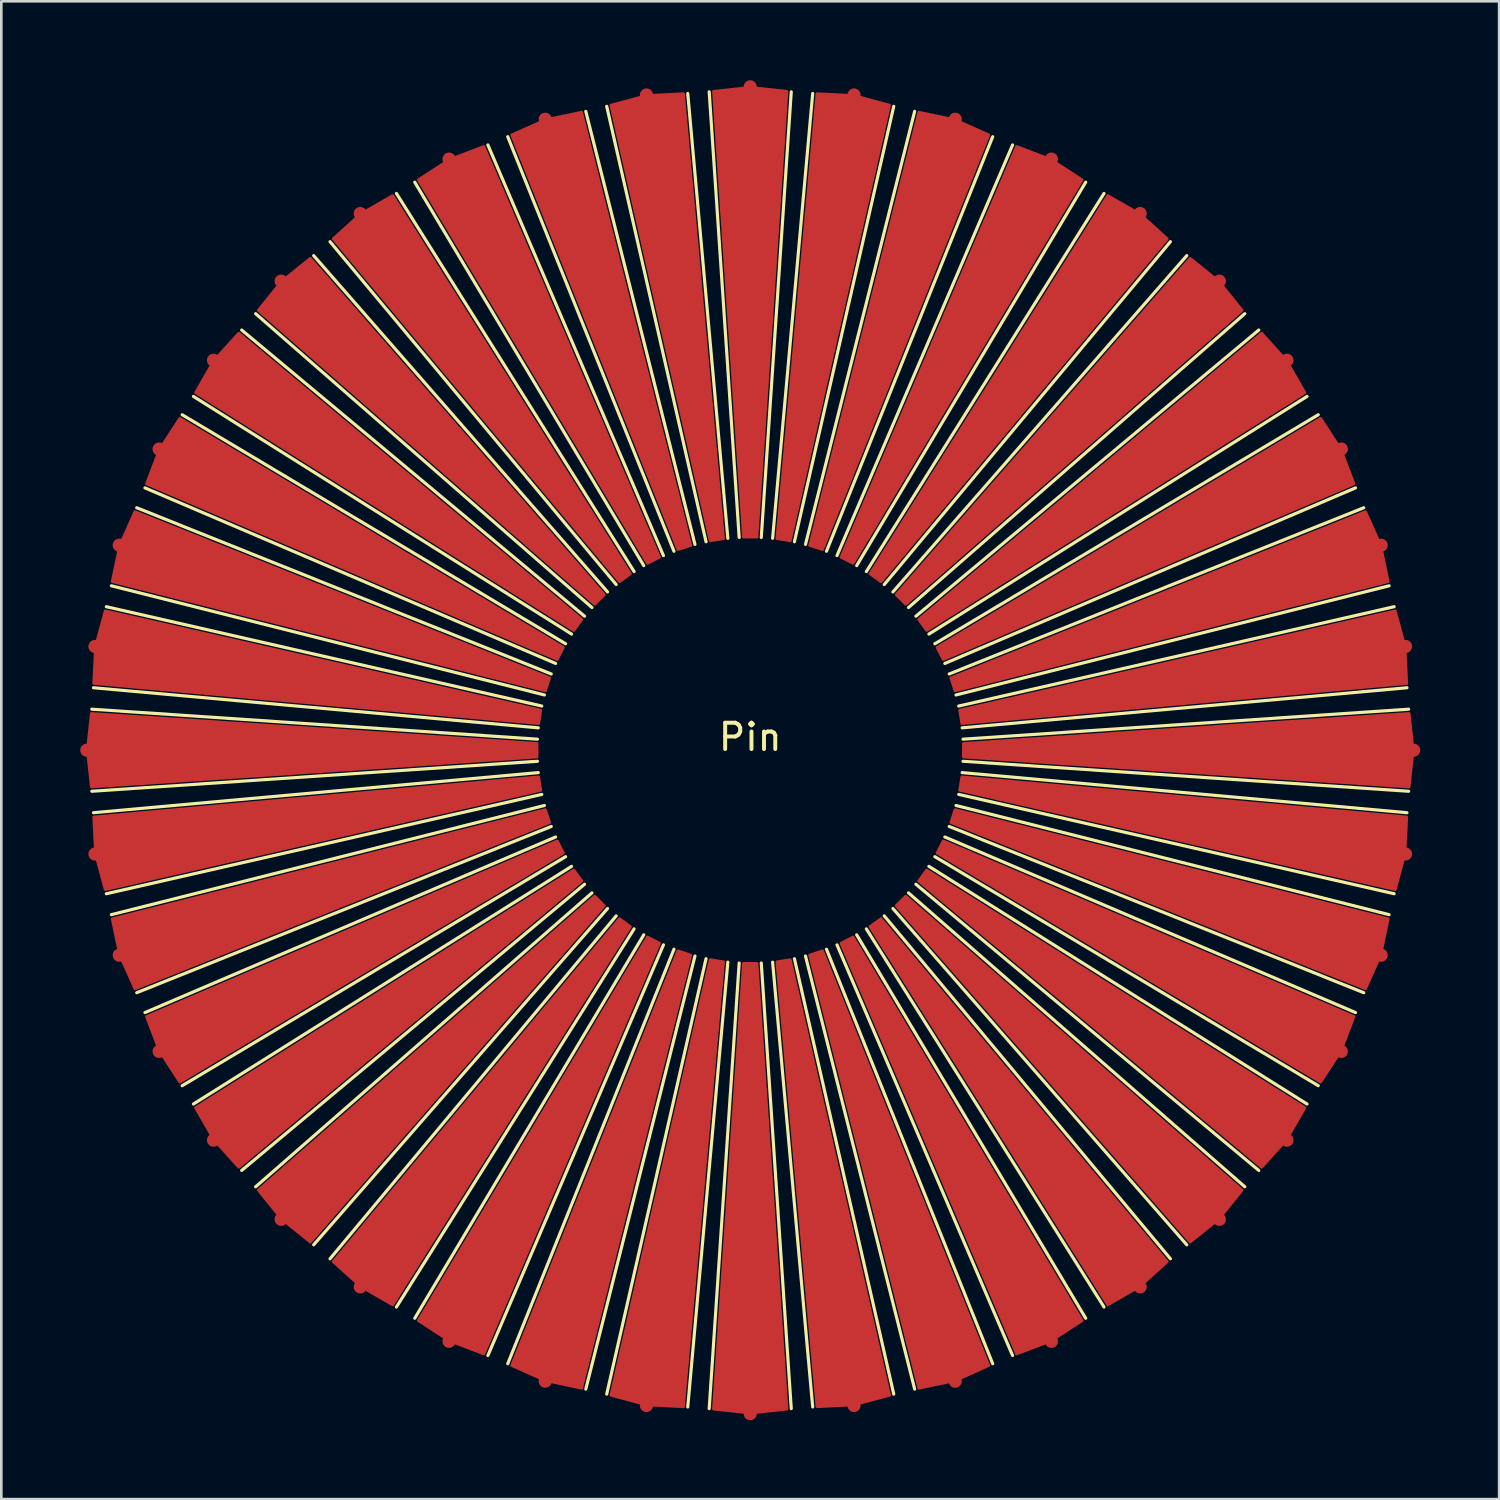
<source format=kicad_pcb>
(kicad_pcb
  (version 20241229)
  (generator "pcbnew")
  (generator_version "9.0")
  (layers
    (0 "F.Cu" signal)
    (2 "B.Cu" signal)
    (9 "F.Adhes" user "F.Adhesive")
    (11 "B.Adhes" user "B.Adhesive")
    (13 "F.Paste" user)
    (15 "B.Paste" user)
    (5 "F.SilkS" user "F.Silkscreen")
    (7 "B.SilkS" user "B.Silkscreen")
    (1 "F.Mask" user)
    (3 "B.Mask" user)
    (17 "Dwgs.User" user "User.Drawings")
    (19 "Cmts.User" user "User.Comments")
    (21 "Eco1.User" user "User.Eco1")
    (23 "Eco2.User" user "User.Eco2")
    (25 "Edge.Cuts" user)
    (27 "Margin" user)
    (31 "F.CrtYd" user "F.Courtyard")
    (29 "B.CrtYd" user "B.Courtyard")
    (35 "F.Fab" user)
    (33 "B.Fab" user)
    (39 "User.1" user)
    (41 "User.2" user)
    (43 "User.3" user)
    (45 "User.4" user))
  (footprint "Pin"
    (layer "F.Cu")
    (at 25.47 25.47)
    (property "Reference" "Pin" (at 0 -0.5 0) (unlocked yes) (layer "F.SilkS") (effects (font (size 1 1) (thickness 0.15))))
    (fp_line (start -8.09 -0.42) (end -25.03 -1.56) (stroke (width 0.12) (type solid)) (layer "F.SilkS"))
    (fp_line (start -8.09 0.42) (end -25.03 1.56) (stroke (width 0.12) (type solid)) (layer "F.SilkS"))
    (fp_line (start -8.056 -0.851) (end -24.966 -2.375) (stroke (width 0.12) (type solid)) (layer "F.SilkS"))
    (fp_line (start -8.056 0.851) (end -24.966 2.375) (stroke (width 0.12) (type solid)) (layer "F.SilkS"))
    (fp_line (start -7.925 -1.68) (end -24.478 -5.456) (stroke (width 0.12) (type solid)) (layer "F.SilkS"))
    (fp_line (start -7.925 1.68) (end -24.478 5.456) (stroke (width 0.12) (type solid)) (layer "F.SilkS"))
    (fp_line (start -7.824 -2.101) (end -24.287 -6.251) (stroke (width 0.12) (type solid)) (layer "F.SilkS"))
    (fp_line (start -7.824 2.101) (end -24.287 6.251) (stroke (width 0.12) (type solid)) (layer "F.SilkS"))
    (fp_line (start -7.564 -2.899) (end -23.323 -9.218) (stroke (width 0.12) (type solid)) (layer "F.SilkS"))
    (fp_line (start -7.564 2.899) (end -23.323 9.218) (stroke (width 0.12) (type solid)) (layer "F.SilkS"))
    (fp_line (start -7.399 -3.299) (end -23.01 -9.973) (stroke (width 0.12) (type solid)) (layer "F.SilkS"))
    (fp_line (start -7.399 3.299) (end -23.01 9.973) (stroke (width 0.12) (type solid)) (layer "F.SilkS"))
    (fp_line (start -7.018 -4.047) (end -21.594 -12.753) (stroke (width 0.12) (type solid)) (layer "F.SilkS"))
    (fp_line (start -7.018 4.047) (end -21.594 12.753) (stroke (width 0.12) (type solid)) (layer "F.SilkS"))
    (fp_line (start -6.792 -4.415) (end -21.167 -13.45) (stroke (width 0.12) (type solid)) (layer "F.SilkS"))
    (fp_line (start -6.792 4.415) (end -21.167 13.45) (stroke (width 0.12) (type solid)) (layer "F.SilkS"))
    (fp_line (start -6.298 -5.095) (end -19.333 -15.974) (stroke (width 0.12) (type solid)) (layer "F.SilkS"))
    (fp_line (start -6.298 5.095) (end -19.333 15.974) (stroke (width 0.12) (type solid)) (layer "F.SilkS"))
    (fp_line (start -6.017 -5.424) (end -18.802 -16.596) (stroke (width 0.12) (type solid)) (layer "F.SilkS"))
    (fp_line (start -6.017 5.424) (end -18.802 16.596) (stroke (width 0.12) (type solid)) (layer "F.SilkS"))
    (fp_line (start -5.424 -6.017) (end -16.596 -18.802) (stroke (width 0.12) (type solid)) (layer "F.SilkS"))
    (fp_line (start -5.424 6.017) (end -16.596 18.802) (stroke (width 0.12) (type solid)) (layer "F.SilkS"))
    (fp_line (start -5.095 -6.298) (end -15.974 -19.333) (stroke (width 0.12) (type solid)) (layer "F.SilkS"))
    (fp_line (start -5.095 6.298) (end -15.974 19.333) (stroke (width 0.12) (type solid)) (layer "F.SilkS"))
    (fp_line (start -4.415 -6.792) (end -13.45 -21.167) (stroke (width 0.12) (type solid)) (layer "F.SilkS"))
    (fp_line (start -4.415 6.792) (end -13.45 21.167) (stroke (width 0.12) (type solid)) (layer "F.SilkS"))
    (fp_line (start -4.047 -7.018) (end -12.753 -21.594) (stroke (width 0.12) (type solid)) (layer "F.SilkS"))
    (fp_line (start -4.047 7.018) (end -12.753 21.594) (stroke (width 0.12) (type solid)) (layer "F.SilkS"))
    (fp_line (start -3.299 -7.399) (end -9.973 -23.01) (stroke (width 0.12) (type solid)) (layer "F.SilkS"))
    (fp_line (start -3.299 7.399) (end -9.973 23.01) (stroke (width 0.12) (type solid)) (layer "F.SilkS"))
    (fp_line (start -2.899 -7.564) (end -9.218 -23.323) (stroke (width 0.12) (type solid)) (layer "F.SilkS"))
    (fp_line (start -2.899 7.564) (end -9.218 23.323) (stroke (width 0.12) (type solid)) (layer "F.SilkS"))
    (fp_line (start -2.101 -7.824) (end -6.251 -24.287) (stroke (width 0.12) (type solid)) (layer "F.SilkS"))
    (fp_line (start -2.101 7.824) (end -6.251 24.287) (stroke (width 0.12) (type solid)) (layer "F.SilkS"))
    (fp_line (start -1.68 -7.925) (end -5.456 -24.478) (stroke (width 0.12) (type solid)) (layer "F.SilkS"))
    (fp_line (start -1.68 7.925) (end -5.456 24.478) (stroke (width 0.12) (type solid)) (layer "F.SilkS"))
    (fp_line (start -0.851 -8.056) (end -2.375 -24.966) (stroke (width 0.12) (type solid)) (layer "F.SilkS"))
    (fp_line (start -0.851 8.056) (end -2.375 24.966) (stroke (width 0.12) (type solid)) (layer "F.SilkS"))
    (fp_line (start -0.42 -8.09) (end -1.56 -25.03) (stroke (width 0.12) (type solid)) (layer "F.SilkS"))
    (fp_line (start -0.42 8.09) (end -1.56 25.03) (stroke (width 0.12) (type solid)) (layer "F.SilkS"))
    (fp_line (start 0.42 -8.09) (end 1.56 -25.03) (stroke (width 0.12) (type solid)) (layer "F.SilkS"))
    (fp_line (start 0.42 8.09) (end 1.56 25.03) (stroke (width 0.12) (type solid)) (layer "F.SilkS"))
    (fp_line (start 0.851 -8.056) (end 2.375 -24.966) (stroke (width 0.12) (type solid)) (layer "F.SilkS"))
    (fp_line (start 0.851 8.056) (end 2.375 24.966) (stroke (width 0.12) (type solid)) (layer "F.SilkS"))
    (fp_line (start 1.68 -7.925) (end 5.456 -24.478) (stroke (width 0.12) (type solid)) (layer "F.SilkS"))
    (fp_line (start 1.68 7.925) (end 5.456 24.478) (stroke (width 0.12) (type solid)) (layer "F.SilkS"))
    (fp_line (start 2.101 -7.824) (end 6.251 -24.287) (stroke (width 0.12) (type solid)) (layer "F.SilkS"))
    (fp_line (start 2.101 7.824) (end 6.251 24.287) (stroke (width 0.12) (type solid)) (layer "F.SilkS"))
    (fp_line (start 2.899 -7.564) (end 9.218 -23.323) (stroke (width 0.12) (type solid)) (layer "F.SilkS"))
    (fp_line (start 2.899 7.564) (end 9.218 23.323) (stroke (width 0.12) (type solid)) (layer "F.SilkS"))
    (fp_line (start 3.299 -7.399) (end 9.973 -23.01) (stroke (width 0.12) (type solid)) (layer "F.SilkS"))
    (fp_line (start 3.299 7.399) (end 9.973 23.01) (stroke (width 0.12) (type solid)) (layer "F.SilkS"))
    (fp_line (start 4.047 -7.018) (end 12.753 -21.594) (stroke (width 0.12) (type solid)) (layer "F.SilkS"))
    (fp_line (start 4.047 7.018) (end 12.753 21.594) (stroke (width 0.12) (type solid)) (layer "F.SilkS"))
    (fp_line (start 4.415 -6.792) (end 13.45 -21.167) (stroke (width 0.12) (type solid)) (layer "F.SilkS"))
    (fp_line (start 4.415 6.792) (end 13.45 21.167) (stroke (width 0.12) (type solid)) (layer "F.SilkS"))
    (fp_line (start 5.095 -6.298) (end 15.974 -19.333) (stroke (width 0.12) (type solid)) (layer "F.SilkS"))
    (fp_line (start 5.095 6.298) (end 15.974 19.333) (stroke (width 0.12) (type solid)) (layer "F.SilkS"))
    (fp_line (start 5.424 -6.017) (end 16.596 -18.802) (stroke (width 0.12) (type solid)) (layer "F.SilkS"))
    (fp_line (start 5.424 6.017) (end 16.596 18.802) (stroke (width 0.12) (type solid)) (layer "F.SilkS"))
    (fp_line (start 6.017 -5.424) (end 18.802 -16.596) (stroke (width 0.12) (type solid)) (layer "F.SilkS"))
    (fp_line (start 6.017 5.424) (end 18.802 16.596) (stroke (width 0.12) (type solid)) (layer "F.SilkS"))
    (fp_line (start 6.298 -5.095) (end 19.333 -15.974) (stroke (width 0.12) (type solid)) (layer "F.SilkS"))
    (fp_line (start 6.298 5.095) (end 19.333 15.974) (stroke (width 0.12) (type solid)) (layer "F.SilkS"))
    (fp_line (start 6.792 -4.415) (end 21.167 -13.45) (stroke (width 0.12) (type solid)) (layer "F.SilkS"))
    (fp_line (start 6.792 4.415) (end 21.167 13.45) (stroke (width 0.12) (type solid)) (layer "F.SilkS"))
    (fp_line (start 7.018 -4.047) (end 21.594 -12.753) (stroke (width 0.12) (type solid)) (layer "F.SilkS"))
    (fp_line (start 7.018 4.047) (end 21.594 12.753) (stroke (width 0.12) (type solid)) (layer "F.SilkS"))
    (fp_line (start 7.399 -3.299) (end 23.01 -9.973) (stroke (width 0.12) (type solid)) (layer "F.SilkS"))
    (fp_line (start 7.399 3.299) (end 23.01 9.973) (stroke (width 0.12) (type solid)) (layer "F.SilkS"))
    (fp_line (start 7.564 -2.899) (end 23.323 -9.218) (stroke (width 0.12) (type solid)) (layer "F.SilkS"))
    (fp_line (start 7.564 2.899) (end 23.323 9.218) (stroke (width 0.12) (type solid)) (layer "F.SilkS"))
    (fp_line (start 7.824 -2.101) (end 24.287 -6.251) (stroke (width 0.12) (type solid)) (layer "F.SilkS"))
    (fp_line (start 7.824 2.101) (end 24.287 6.251) (stroke (width 0.12) (type solid)) (layer "F.SilkS"))
    (fp_line (start 7.925 -1.68) (end 24.478 -5.456) (stroke (width 0.12) (type solid)) (layer "F.SilkS"))
    (fp_line (start 7.925 1.68) (end 24.478 5.456) (stroke (width 0.12) (type solid)) (layer "F.SilkS"))
    (fp_line (start 8.056 -0.851) (end 24.966 -2.375) (stroke (width 0.12) (type solid)) (layer "F.SilkS"))
    (fp_line (start 8.056 0.851) (end 24.966 2.375) (stroke (width 0.12) (type solid)) (layer "F.SilkS"))
    (fp_line (start 8.09 -0.42) (end 25.03 -1.56) (stroke (width 0.12) (type solid)) (layer "F.SilkS"))
    (fp_line (start 8.09 0.42) (end 25.03 1.56) (stroke (width 0.12) (type solid)) (layer "F.SilkS"))
    (pad "1" smd custom (at 0 8.1) (size 0.1 0.1) (layers "F.Cu" "F.Mask" "F.Paste") (options (anchor rect)) (primitives (gr_poly (pts (xy -0.26 0) (xy -1.4 16.95) (xy 0 17.1) (xy 1.4 16.95) (xy 0.26 0)) (width 0.1) (fill yes))))
    (pad "1" smd circle (at 0 25.22) (size 0.5 0.5) (layers "F.Cu" "F.Mask" "F.Paste"))
    (pad "2" smd custom (at 1.267 8 9) (size 0.1 0.1) (layers "F.Cu" "F.Mask" "F.Paste") (options (anchor rect)) (primitives (gr_poly (pts (xy -0.26 0) (xy -1.4 16.95) (xy 0 17.1) (xy 1.4 16.95) (xy 0.26 0)) (width 0.1) (fill yes))))
    (pad "2" smd circle (at 3.945 24.91 9) (size 0.5 0.5) (layers "F.Cu" "F.Mask" "F.Paste"))
    (pad "3" smd custom (at 2.503 7.704 18) (size 0.1 0.1) (layers "F.Cu" "F.Mask" "F.Paste") (options (anchor rect)) (primitives (gr_poly (pts (xy -0.26 0) (xy -1.4 16.95) (xy 0 17.1) (xy 1.4 16.95) (xy 0.26 0)) (width 0.1) (fill yes))))
    (pad "3" smd circle (at 7.793 23.986 18) (size 0.5 0.5) (layers "F.Cu" "F.Mask" "F.Paste"))
    (pad "4" smd custom (at 3.677 7.217 27) (size 0.1 0.1) (layers "F.Cu" "F.Mask" "F.Paste") (options (anchor rect)) (primitives (gr_poly (pts (xy -0.26 0) (xy -1.4 16.95) (xy 0 17.1) (xy 1.4 16.95) (xy 0.26 0)) (width 0.1) (fill yes))))
    (pad "4" smd circle (at 11.45 22.471 27) (size 0.5 0.5) (layers "F.Cu" "F.Mask" "F.Paste"))
    (pad "5" smd custom (at 4.761 6.553 36) (size 0.1 0.1) (layers "F.Cu" "F.Mask" "F.Paste") (options (anchor rect)) (primitives (gr_poly (pts (xy -0.26 0) (xy -1.4 16.95) (xy 0 17.1) (xy 1.4 16.95) (xy 0.26 0)) (width 0.1) (fill yes))))
    (pad "5" smd circle (at 14.824 20.403 36) (size 0.5 0.5) (layers "F.Cu" "F.Mask" "F.Paste"))
    (pad "6" smd custom (at 5.728 5.728 45) (size 0.1 0.1) (layers "F.Cu" "F.Mask" "F.Paste") (options (anchor rect)) (primitives (gr_poly (pts (xy -0.26 0) (xy -1.4 16.95) (xy 0 17.1) (xy 1.4 16.95) (xy 0.26 0)) (width 0.1) (fill yes))))
    (pad "6" smd circle (at 17.833 17.833 45) (size 0.5 0.5) (layers "F.Cu" "F.Mask" "F.Paste"))
    (pad "7" smd custom (at 6.553 4.761 54) (size 0.1 0.1) (layers "F.Cu" "F.Mask" "F.Paste") (options (anchor rect)) (primitives (gr_poly (pts (xy -0.26 0) (xy -1.4 16.95) (xy 0 17.1) (xy 1.4 16.95) (xy 0.26 0)) (width 0.1) (fill yes))))
    (pad "7" smd circle (at 20.403 14.824 54) (size 0.5 0.5) (layers "F.Cu" "F.Mask" "F.Paste"))
    (pad "8" smd custom (at 7.217 3.677 63) (size 0.1 0.1) (layers "F.Cu" "F.Mask" "F.Paste") (options (anchor rect)) (primitives (gr_poly (pts (xy -0.26 0) (xy -1.4 16.95) (xy 0 17.1) (xy 1.4 16.95) (xy 0.26 0)) (width 0.1) (fill yes))))
    (pad "8" smd circle (at 22.471 11.45 63) (size 0.5 0.5) (layers "F.Cu" "F.Mask" "F.Paste"))
    (pad "9" smd custom (at 7.704 2.503 72) (size 0.1 0.1) (layers "F.Cu" "F.Mask" "F.Paste") (options (anchor rect)) (primitives (gr_poly (pts (xy -0.26 0) (xy -1.4 16.95) (xy 0 17.1) (xy 1.4 16.95) (xy 0.26 0)) (width 0.1) (fill yes))))
    (pad "9" smd circle (at 23.986 7.793 72) (size 0.5 0.5) (layers "F.Cu" "F.Mask" "F.Paste"))
    (pad "10" smd custom (at 8 1.267 81) (size 0.1 0.1) (layers "F.Cu" "F.Mask" "F.Paste") (options (anchor rect)) (primitives (gr_poly (pts (xy -0.26 0) (xy -1.4 16.95) (xy 0 17.1) (xy 1.4 16.95) (xy 0.26 0)) (width 0.1) (fill yes))))
    (pad "10" smd circle (at 24.91 3.945 81) (size 0.5 0.5) (layers "F.Cu" "F.Mask" "F.Paste"))
    (pad "11" smd custom (at 8.1 0 90) (size 0.1 0.1) (layers "F.Cu" "F.Mask" "F.Paste") (options (anchor rect)) (primitives (gr_poly (pts (xy -0.26 0) (xy -1.4 16.95) (xy 0 17.1) (xy 1.4 16.95) (xy 0.26 0)) (width 0.1) (fill yes))))
    (pad "11" smd circle (at 25.22 0 90) (size 0.5 0.5) (layers "F.Cu" "F.Mask" "F.Paste"))
    (pad "12" smd custom (at 8 -1.267 99) (size 0.1 0.1) (layers "F.Cu" "F.Mask" "F.Paste") (options (anchor rect)) (primitives (gr_poly (pts (xy -0.26 0) (xy -1.4 16.95) (xy 0 17.1) (xy 1.4 16.95) (xy 0.26 0)) (width 0.1) (fill yes))))
    (pad "12" smd circle (at 24.91 -3.945 99) (size 0.5 0.5) (layers "F.Cu" "F.Mask" "F.Paste"))
    (pad "13" smd custom (at 7.704 -2.503 108) (size 0.1 0.1) (layers "F.Cu" "F.Mask" "F.Paste") (options (anchor rect)) (primitives (gr_poly (pts (xy -0.26 0) (xy -1.4 16.95) (xy 0 17.1) (xy 1.4 16.95) (xy 0.26 0)) (width 0.1) (fill yes))))
    (pad "13" smd circle (at 23.986 -7.793 108) (size 0.5 0.5) (layers "F.Cu" "F.Mask" "F.Paste"))
    (pad "14" smd custom (at 7.217 -3.677 117) (size 0.1 0.1) (layers "F.Cu" "F.Mask" "F.Paste") (options (anchor rect)) (primitives (gr_poly (pts (xy -0.26 0) (xy -1.4 16.95) (xy 0 17.1) (xy 1.4 16.95) (xy 0.26 0)) (width 0.1) (fill yes))))
    (pad "14" smd circle (at 22.471 -11.45 117) (size 0.5 0.5) (layers "F.Cu" "F.Mask" "F.Paste"))
    (pad "15" smd custom (at 6.553 -4.761 126) (size 0.1 0.1) (layers "F.Cu" "F.Mask" "F.Paste") (options (anchor rect)) (primitives (gr_poly (pts (xy -0.26 0) (xy -1.4 16.95) (xy 0 17.1) (xy 1.4 16.95) (xy 0.26 0)) (width 0.1) (fill yes))))
    (pad "15" smd circle (at 20.403 -14.824 126) (size 0.5 0.5) (layers "F.Cu" "F.Mask" "F.Paste"))
    (pad "16" smd custom (at 5.728 -5.728 135) (size 0.1 0.1) (layers "F.Cu" "F.Mask" "F.Paste") (options (anchor rect)) (primitives (gr_poly (pts (xy -0.26 0) (xy -1.4 16.95) (xy 0 17.1) (xy 1.4 16.95) (xy 0.26 0)) (width 0.1) (fill yes))))
    (pad "16" smd circle (at 17.833 -17.833 135) (size 0.5 0.5) (layers "F.Cu" "F.Mask" "F.Paste"))
    (pad "17" smd custom (at 4.761 -6.553 144) (size 0.1 0.1) (layers "F.Cu" "F.Mask" "F.Paste") (options (anchor rect)) (primitives (gr_poly (pts (xy -0.26 0) (xy -1.4 16.95) (xy 0 17.1) (xy 1.4 16.95) (xy 0.26 0)) (width 0.1) (fill yes))))
    (pad "17" smd circle (at 14.824 -20.403 144) (size 0.5 0.5) (layers "F.Cu" "F.Mask" "F.Paste"))
    (pad "18" smd custom (at 3.677 -7.217 153) (size 0.1 0.1) (layers "F.Cu" "F.Mask" "F.Paste") (options (anchor rect)) (primitives (gr_poly (pts (xy -0.26 0) (xy -1.4 16.95) (xy 0 17.1) (xy 1.4 16.95) (xy 0.26 0)) (width 0.1) (fill yes))))
    (pad "18" smd circle (at 11.45 -22.471 153) (size 0.5 0.5) (layers "F.Cu" "F.Mask" "F.Paste"))
    (pad "19" smd custom (at 2.503 -7.704 162) (size 0.1 0.1) (layers "F.Cu" "F.Mask" "F.Paste") (options (anchor rect)) (primitives (gr_poly (pts (xy -0.26 0) (xy -1.4 16.95) (xy 0 17.1) (xy 1.4 16.95) (xy 0.26 0)) (width 0.1) (fill yes))))
    (pad "19" smd circle (at 7.793 -23.986 162) (size 0.5 0.5) (layers "F.Cu" "F.Mask" "F.Paste"))
    (pad "20" smd custom (at 1.267 -8 171) (size 0.1 0.1) (layers "F.Cu" "F.Mask" "F.Paste") (options (anchor rect)) (primitives (gr_poly (pts (xy -0.26 0) (xy -1.4 16.95) (xy 0 17.1) (xy 1.4 16.95) (xy 0.26 0)) (width 0.1) (fill yes))))
    (pad "20" smd circle (at 3.945 -24.91 171) (size 0.5 0.5) (layers "F.Cu" "F.Mask" "F.Paste"))
    (pad "21" smd circle (at 0 -25.22 180) (size 0.5 0.5) (layers "F.Cu" "F.Mask" "F.Paste"))
    (pad "21" smd custom (at 0 -8.1 180) (size 0.1 0.1) (layers "F.Cu" "F.Mask" "F.Paste") (options (anchor rect)) (primitives (gr_poly (pts (xy -0.26 0) (xy -1.4 16.95) (xy 0 17.1) (xy 1.4 16.95) (xy 0.26 0)) (width 0.1) (fill yes))))
    (pad "22" smd circle (at -3.945 -24.91 189) (size 0.5 0.5) (layers "F.Cu" "F.Mask" "F.Paste"))
    (pad "22" smd custom (at -1.267 -8 189) (size 0.1 0.1) (layers "F.Cu" "F.Mask" "F.Paste") (options (anchor rect)) (primitives (gr_poly (pts (xy -0.26 0) (xy -1.4 16.95) (xy 0 17.1) (xy 1.4 16.95) (xy 0.26 0)) (width 0.1) (fill yes))))
    (pad "23" smd circle (at -7.793 -23.986 198) (size 0.5 0.5) (layers "F.Cu" "F.Mask" "F.Paste"))
    (pad "23" smd custom (at -2.503 -7.704 198) (size 0.1 0.1) (layers "F.Cu" "F.Mask" "F.Paste") (options (anchor rect)) (primitives (gr_poly (pts (xy -0.26 0) (xy -1.4 16.95) (xy 0 17.1) (xy 1.4 16.95) (xy 0.26 0)) (width 0.1) (fill yes))))
    (pad "24" smd circle (at -11.45 -22.471 207) (size 0.5 0.5) (layers "F.Cu" "F.Mask" "F.Paste"))
    (pad "24" smd custom (at -3.677 -7.217 207) (size 0.1 0.1) (layers "F.Cu" "F.Mask" "F.Paste") (options (anchor rect)) (primitives (gr_poly (pts (xy -0.26 0) (xy -1.4 16.95) (xy 0 17.1) (xy 1.4 16.95) (xy 0.26 0)) (width 0.1) (fill yes))))
    (pad "25" smd circle (at -14.824 -20.403 216) (size 0.5 0.5) (layers "F.Cu" "F.Mask" "F.Paste"))
    (pad "25" smd custom (at -4.761 -6.553 216) (size 0.1 0.1) (layers "F.Cu" "F.Mask" "F.Paste") (options (anchor rect)) (primitives (gr_poly (pts (xy -0.26 0) (xy -1.4 16.95) (xy 0 17.1) (xy 1.4 16.95) (xy 0.26 0)) (width 0.1) (fill yes))))
    (pad "26" smd circle (at -17.833 -17.833 225) (size 0.5 0.5) (layers "F.Cu" "F.Mask" "F.Paste"))
    (pad "26" smd custom (at -5.728 -5.728 225) (size 0.1 0.1) (layers "F.Cu" "F.Mask" "F.Paste") (options (anchor rect)) (primitives (gr_poly (pts (xy -0.26 0) (xy -1.4 16.95) (xy 0 17.1) (xy 1.4 16.95) (xy 0.26 0)) (width 0.1) (fill yes))))
    (pad "27" smd circle (at -20.403 -14.824 234) (size 0.5 0.5) (layers "F.Cu" "F.Mask" "F.Paste"))
    (pad "27" smd custom (at -6.553 -4.761 234) (size 0.1 0.1) (layers "F.Cu" "F.Mask" "F.Paste") (options (anchor rect)) (primitives (gr_poly (pts (xy -0.26 0) (xy -1.4 16.95) (xy 0 17.1) (xy 1.4 16.95) (xy 0.26 0)) (width 0.1) (fill yes))))
    (pad "28" smd circle (at -22.471 -11.45 243) (size 0.5 0.5) (layers "F.Cu" "F.Mask" "F.Paste"))
    (pad "28" smd custom (at -7.217 -3.677 243) (size 0.1 0.1) (layers "F.Cu" "F.Mask" "F.Paste") (options (anchor rect)) (primitives (gr_poly (pts (xy -0.26 0) (xy -1.4 16.95) (xy 0 17.1) (xy 1.4 16.95) (xy 0.26 0)) (width 0.1) (fill yes))))
    (pad "29" smd circle (at -23.986 -7.793 252) (size 0.5 0.5) (layers "F.Cu" "F.Mask" "F.Paste"))
    (pad "29" smd custom (at -7.704 -2.503 252) (size 0.1 0.1) (layers "F.Cu" "F.Mask" "F.Paste") (options (anchor rect)) (primitives (gr_poly (pts (xy -0.26 0) (xy -1.4 16.95) (xy 0 17.1) (xy 1.4 16.95) (xy 0.26 0)) (width 0.1) (fill yes))))
    (pad "30" smd circle (at -24.91 -3.945 261) (size 0.5 0.5) (layers "F.Cu" "F.Mask" "F.Paste"))
    (pad "30" smd custom (at -8 -1.267 261) (size 0.1 0.1) (layers "F.Cu" "F.Mask" "F.Paste") (options (anchor rect)) (primitives (gr_poly (pts (xy -0.26 0) (xy -1.4 16.95) (xy 0 17.1) (xy 1.4 16.95) (xy 0.26 0)) (width 0.1) (fill yes))))
    (pad "31" smd circle (at -25.22 0 270) (size 0.5 0.5) (layers "F.Cu" "F.Mask" "F.Paste"))
    (pad "31" smd custom (at -8.1 0 270) (size 0.1 0.1) (layers "F.Cu" "F.Mask" "F.Paste") (options (anchor rect)) (primitives (gr_poly (pts (xy -0.26 0) (xy -1.4 16.95) (xy 0 17.1) (xy 1.4 16.95) (xy 0.26 0)) (width 0.1) (fill yes))))
    (pad "32" smd circle (at -24.91 3.945 279) (size 0.5 0.5) (layers "F.Cu" "F.Mask" "F.Paste"))
    (pad "32" smd custom (at -8 1.267 279) (size 0.1 0.1) (layers "F.Cu" "F.Mask" "F.Paste") (options (anchor rect)) (primitives (gr_poly (pts (xy -0.26 0) (xy -1.4 16.95) (xy 0 17.1) (xy 1.4 16.95) (xy 0.26 0)) (width 0.1) (fill yes))))
    (pad "33" smd circle (at -23.986 7.793 288) (size 0.5 0.5) (layers "F.Cu" "F.Mask" "F.Paste"))
    (pad "33" smd custom (at -7.704 2.503 288) (size 0.1 0.1) (layers "F.Cu" "F.Mask" "F.Paste") (options (anchor rect)) (primitives (gr_poly (pts (xy -0.26 0) (xy -1.4 16.95) (xy 0 17.1) (xy 1.4 16.95) (xy 0.26 0)) (width 0.1) (fill yes))))
    (pad "34" smd circle (at -22.471 11.45 297) (size 0.5 0.5) (layers "F.Cu" "F.Mask" "F.Paste"))
    (pad "34" smd custom (at -7.217 3.677 297) (size 0.1 0.1) (layers "F.Cu" "F.Mask" "F.Paste") (options (anchor rect)) (primitives (gr_poly (pts (xy -0.26 0) (xy -1.4 16.95) (xy 0 17.1) (xy 1.4 16.95) (xy 0.26 0)) (width 0.1) (fill yes))))
    (pad "35" smd circle (at -20.403 14.824 306) (size 0.5 0.5) (layers "F.Cu" "F.Mask" "F.Paste"))
    (pad "35" smd custom (at -6.553 4.761 306) (size 0.1 0.1) (layers "F.Cu" "F.Mask" "F.Paste") (options (anchor rect)) (primitives (gr_poly (pts (xy -0.26 0) (xy -1.4 16.95) (xy 0 17.1) (xy 1.4 16.95) (xy 0.26 0)) (width 0.1) (fill yes))))
    (pad "36" smd circle (at -17.833 17.833 315) (size 0.5 0.5) (layers "F.Cu" "F.Mask" "F.Paste"))
    (pad "36" smd custom (at -5.728 5.728 315) (size 0.1 0.1) (layers "F.Cu" "F.Mask" "F.Paste") (options (anchor rect)) (primitives (gr_poly (pts (xy -0.26 0) (xy -1.4 16.95) (xy 0 17.1) (xy 1.4 16.95) (xy 0.26 0)) (width 0.1) (fill yes))))
    (pad "37" smd circle (at -14.824 20.403 324) (size 0.5 0.5) (layers "F.Cu" "F.Mask" "F.Paste"))
    (pad "37" smd custom (at -4.761 6.553 324) (size 0.1 0.1) (layers "F.Cu" "F.Mask" "F.Paste") (options (anchor rect)) (primitives (gr_poly (pts (xy -0.26 0) (xy -1.4 16.95) (xy 0 17.1) (xy 1.4 16.95) (xy 0.26 0)) (width 0.1) (fill yes))))
    (pad "38" smd circle (at -11.45 22.471 333) (size 0.5 0.5) (layers "F.Cu" "F.Mask" "F.Paste"))
    (pad "38" smd custom (at -3.677 7.217 333) (size 0.1 0.1) (layers "F.Cu" "F.Mask" "F.Paste") (options (anchor rect)) (primitives (gr_poly (pts (xy -0.26 0) (xy -1.4 16.95) (xy 0 17.1) (xy 1.4 16.95) (xy 0.26 0)) (width 0.1) (fill yes))))
    (pad "39" smd circle (at -7.793 23.986 342) (size 0.5 0.5) (layers "F.Cu" "F.Mask" "F.Paste"))
    (pad "39" smd custom (at -2.503 7.704 342) (size 0.1 0.1) (layers "F.Cu" "F.Mask" "F.Paste") (options (anchor rect)) (primitives (gr_poly (pts (xy -0.26 0) (xy -1.4 16.95) (xy 0 17.1) (xy 1.4 16.95) (xy 0.26 0)) (width 0.1) (fill yes))))
    (pad "40" smd circle (at -3.945 24.91 351) (size 0.5 0.5) (layers "F.Cu" "F.Mask" "F.Paste"))
    (pad "40" smd custom (at -1.267 8 351) (size 0.1 0.1) (layers "F.Cu" "F.Mask" "F.Paste") (options (anchor rect)) (primitives (gr_poly (pts (xy -0.26 0) (xy -1.4 16.95) (xy 0 17.1) (xy 1.4 16.95) (xy 0.26 0)) (width 0.1) (fill yes)))))
  (gr_rect
    (start -3 -3)
    (end 53.94 53.94)
    (stroke (width 0.1) (type default))
    (fill no)
    (layer "Edge.Cuts")))
</source>
